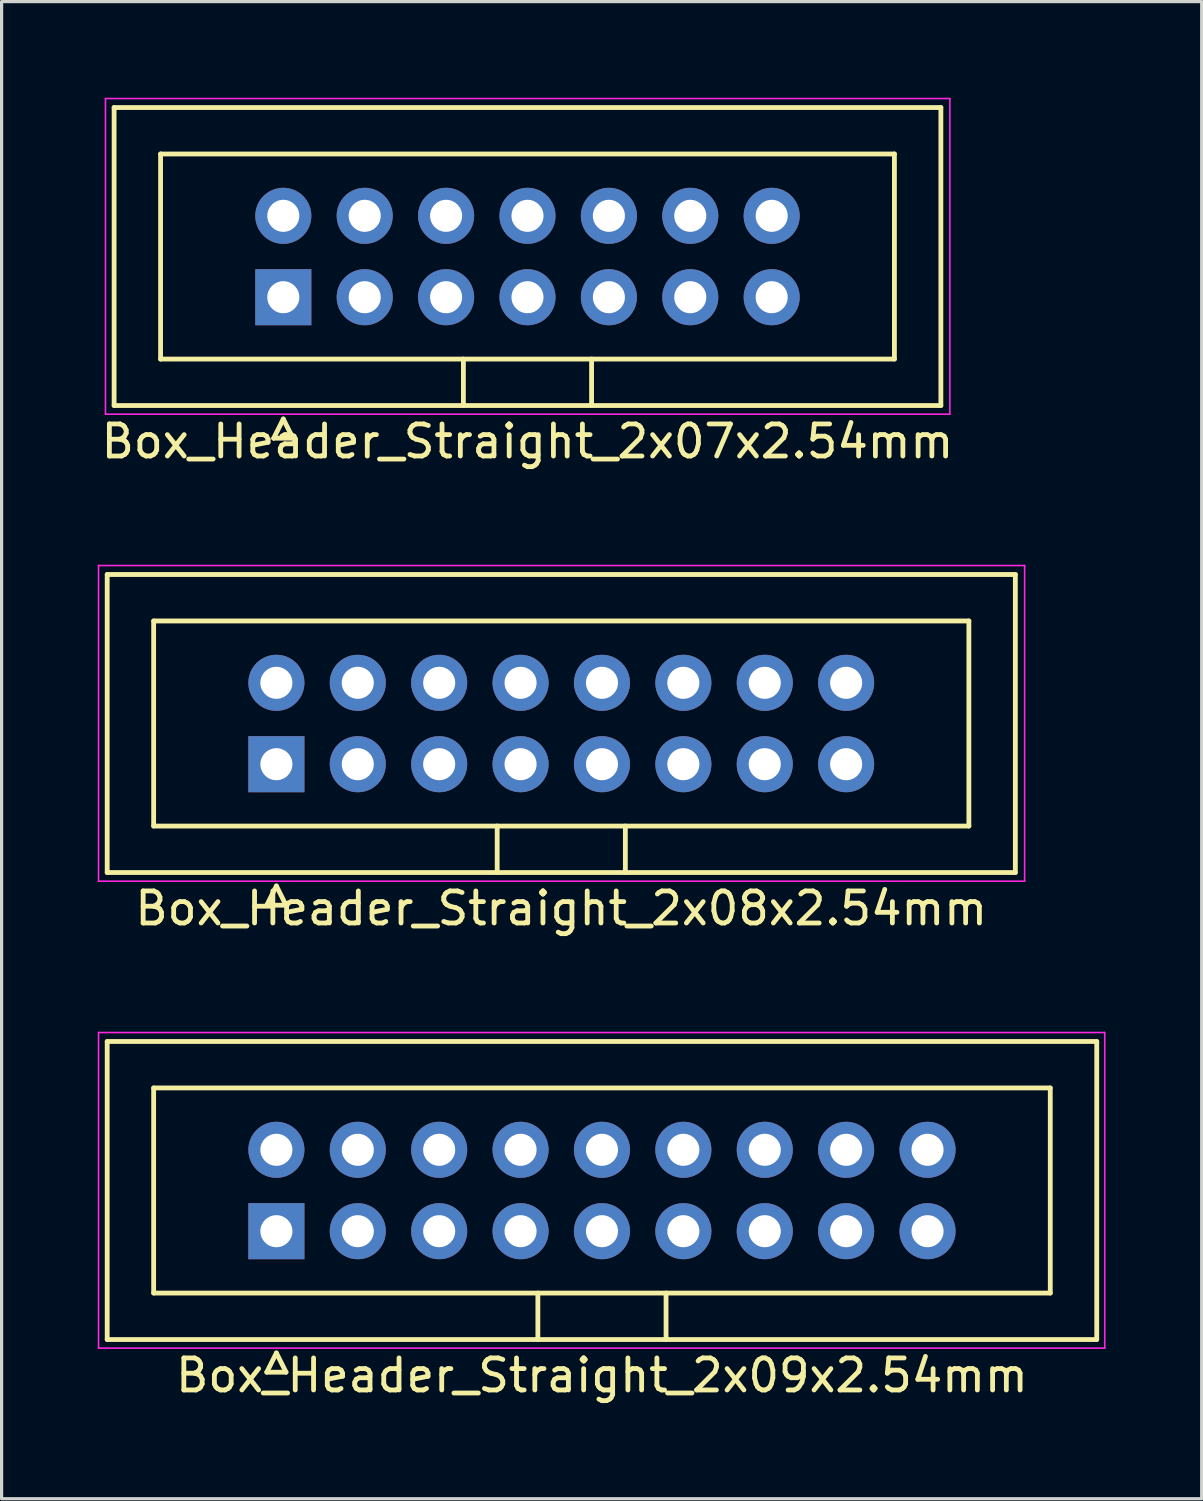
<source format=kicad_pcb>
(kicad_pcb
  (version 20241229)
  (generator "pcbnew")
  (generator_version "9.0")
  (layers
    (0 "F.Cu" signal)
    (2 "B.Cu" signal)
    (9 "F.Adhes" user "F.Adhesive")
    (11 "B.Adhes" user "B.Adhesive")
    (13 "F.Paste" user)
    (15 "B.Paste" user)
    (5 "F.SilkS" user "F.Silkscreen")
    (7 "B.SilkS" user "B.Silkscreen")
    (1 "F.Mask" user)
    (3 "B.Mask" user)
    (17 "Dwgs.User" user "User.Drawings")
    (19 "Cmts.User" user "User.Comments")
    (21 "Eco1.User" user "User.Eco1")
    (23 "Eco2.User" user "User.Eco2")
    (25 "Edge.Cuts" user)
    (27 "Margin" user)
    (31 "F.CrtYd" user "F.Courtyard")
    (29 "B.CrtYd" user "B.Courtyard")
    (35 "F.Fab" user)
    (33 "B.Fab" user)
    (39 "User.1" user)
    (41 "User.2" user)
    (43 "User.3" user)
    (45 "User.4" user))
  (footprint "Box_Header_Straight_2x09x2.54mm"
    (layer "F.Cu")
    (at 5.575 35.371)
    (property "Reference" "Box_Header_Straight_2x09x2.54mm" (at 10.16 4.5 0) (layer "F.SilkS") (effects (font (size 1 1) (thickness 0.15))))
    (attr through_hole)
    (fp_line (start -5.28 -5.92) (end -5.28 3.38) (stroke (width 0.15) (type solid)) (layer "F.SilkS"))
    (fp_line (start -5.28 3.38) (end 25.6 3.38) (stroke (width 0.15) (type solid)) (layer "F.SilkS"))
    (fp_line (start -3.83 -4.47) (end -3.83 1.93) (stroke (width 0.15) (type solid)) (layer "F.SilkS"))
    (fp_line (start -3.83 1.93) (end 24.15 1.93) (stroke (width 0.15) (type solid)) (layer "F.SilkS"))
    (fp_line (start -0.3 4.4) (end 0.3 4.4) (stroke (width 0.15) (type solid)) (layer "F.SilkS"))
    (fp_line (start 0 3.8) (end -0.3 4.4) (stroke (width 0.15) (type solid)) (layer "F.SilkS"))
    (fp_line (start 0.3 4.4) (end 0 3.8) (stroke (width 0.15) (type solid)) (layer "F.SilkS"))
    (fp_line (start 8.16 3.38) (end 8.16 1.93) (stroke (width 0.15) (type solid)) (layer "F.SilkS"))
    (fp_line (start 12.16 3.38) (end 12.16 1.93) (stroke (width 0.15) (type solid)) (layer "F.SilkS"))
    (fp_line (start 24.15 -4.47) (end -3.83 -4.47) (stroke (width 0.15) (type solid)) (layer "F.SilkS"))
    (fp_line (start 24.15 1.93) (end 24.15 -4.47) (stroke (width 0.15) (type solid)) (layer "F.SilkS"))
    (fp_line (start 25.6 -5.92) (end -5.28 -5.92) (stroke (width 0.15) (type solid)) (layer "F.SilkS"))
    (fp_line (start 25.6 3.38) (end 25.6 -5.92) (stroke (width 0.15) (type solid)) (layer "F.SilkS"))
    (fp_line (start -5.55 -6.2) (end -5.55 3.65) (stroke (width 0.05) (type solid)) (layer "F.CrtYd"))
    (fp_line (start -5.55 3.65) (end 25.85 3.65) (stroke (width 0.05) (type solid)) (layer "F.CrtYd"))
    (fp_line (start 25.85 -6.2) (end -5.55 -6.2) (stroke (width 0.05) (type solid)) (layer "F.CrtYd"))
    (fp_line (start 25.85 3.65) (end 25.85 -6.2) (stroke (width 0.05) (type solid)) (layer "F.CrtYd"))
    (pad "1" thru_hole rect (at 0 0) (size 1.75 1.75) (drill 1) (layers "*.Cu" "*.Mask"))
    (pad "2" thru_hole circle (at 0 -2.54) (size 1.75 1.75) (drill 1) (layers "*.Cu" "*.Mask"))
    (pad "3" thru_hole circle (at 2.54 0) (size 1.75 1.75) (drill 1) (layers "*.Cu" "*.Mask"))
    (pad "4" thru_hole circle (at 2.54 -2.54) (size 1.75 1.75) (drill 1) (layers "*.Cu" "*.Mask"))
    (pad "5" thru_hole circle (at 5.08 0) (size 1.75 1.75) (drill 1) (layers "*.Cu" "*.Mask"))
    (pad "6" thru_hole circle (at 5.08 -2.54) (size 1.75 1.75) (drill 1) (layers "*.Cu" "*.Mask"))
    (pad "7" thru_hole circle (at 7.62 0) (size 1.75 1.75) (drill 1) (layers "*.Cu" "*.Mask"))
    (pad "8" thru_hole circle (at 7.62 -2.54) (size 1.75 1.75) (drill 1) (layers "*.Cu" "*.Mask"))
    (pad "9" thru_hole circle (at 10.16 0) (size 1.75 1.75) (drill 1) (layers "*.Cu" "*.Mask"))
    (pad "10" thru_hole circle (at 10.16 -2.54) (size 1.75 1.75) (drill 1) (layers "*.Cu" "*.Mask"))
    (pad "11" thru_hole circle (at 12.7 0) (size 1.75 1.75) (drill 1) (layers "*.Cu" "*.Mask"))
    (pad "12" thru_hole circle (at 12.7 -2.54) (size 1.75 1.75) (drill 1) (layers "*.Cu" "*.Mask"))
    (pad "13" thru_hole circle (at 15.24 0) (size 1.75 1.75) (drill 1) (layers "*.Cu" "*.Mask"))
    (pad "14" thru_hole circle (at 15.24 -2.54) (size 1.75 1.75) (drill 1) (layers "*.Cu" "*.Mask"))
    (pad "15" thru_hole circle (at 17.78 0) (size 1.75 1.75) (drill 1) (layers "*.Cu" "*.Mask"))
    (pad "16" thru_hole circle (at 17.78 -2.54) (size 1.75 1.75) (drill 1) (layers "*.Cu" "*.Mask"))
    (pad "17" thru_hole circle (at 20.32 0) (size 1.75 1.75) (drill 1) (layers "*.Cu" "*.Mask"))
    (pad "18" thru_hole circle (at 20.32 -2.54) (size 1.75 1.75) (drill 1) (layers "*.Cu" "*.Mask")))
  (footprint "Box_Header_Straight_2x07x2.54mm"
    (layer "F.Cu")
    (at 5.791 6.225)
    (property "Reference" "Box_Header_Straight_2x07x2.54mm" (at 7.62 4.5 0) (layer "F.SilkS") (effects (font (size 1 1) (thickness 0.15))))
    (attr through_hole)
    (fp_line (start -5.28 -5.92) (end -5.28 3.38) (stroke (width 0.15) (type solid)) (layer "F.SilkS"))
    (fp_line (start -5.28 3.38) (end 20.52 3.38) (stroke (width 0.15) (type solid)) (layer "F.SilkS"))
    (fp_line (start -3.83 -4.47) (end -3.83 1.93) (stroke (width 0.15) (type solid)) (layer "F.SilkS"))
    (fp_line (start -3.83 1.93) (end 19.07 1.93) (stroke (width 0.15) (type solid)) (layer "F.SilkS"))
    (fp_line (start -0.3 4.4) (end 0.3 4.4) (stroke (width 0.15) (type solid)) (layer "F.SilkS"))
    (fp_line (start 0 3.8) (end -0.3 4.4) (stroke (width 0.15) (type solid)) (layer "F.SilkS"))
    (fp_line (start 0.3 4.4) (end 0 3.8) (stroke (width 0.15) (type solid)) (layer "F.SilkS"))
    (fp_line (start 5.62 3.38) (end 5.62 1.93) (stroke (width 0.15) (type solid)) (layer "F.SilkS"))
    (fp_line (start 9.62 3.38) (end 9.62 1.93) (stroke (width 0.15) (type solid)) (layer "F.SilkS"))
    (fp_line (start 19.07 -4.47) (end -3.83 -4.47) (stroke (width 0.15) (type solid)) (layer "F.SilkS"))
    (fp_line (start 19.07 1.93) (end 19.07 -4.47) (stroke (width 0.15) (type solid)) (layer "F.SilkS"))
    (fp_line (start 20.52 -5.92) (end -5.28 -5.92) (stroke (width 0.15) (type solid)) (layer "F.SilkS"))
    (fp_line (start 20.52 3.38) (end 20.52 -5.92) (stroke (width 0.15) (type solid)) (layer "F.SilkS"))
    (fp_line (start -5.55 -6.2) (end -5.55 3.65) (stroke (width 0.05) (type solid)) (layer "F.CrtYd"))
    (fp_line (start -5.55 3.65) (end 20.8 3.65) (stroke (width 0.05) (type solid)) (layer "F.CrtYd"))
    (fp_line (start 20.8 -6.2) (end -5.55 -6.2) (stroke (width 0.05) (type solid)) (layer "F.CrtYd"))
    (fp_line (start 20.8 3.65) (end 20.8 -6.2) (stroke (width 0.05) (type solid)) (layer "F.CrtYd"))
    (pad "1" thru_hole rect (at 0 0) (size 1.75 1.75) (drill 1) (layers "*.Cu" "*.Mask"))
    (pad "2" thru_hole circle (at 0 -2.54) (size 1.75 1.75) (drill 1) (layers "*.Cu" "*.Mask"))
    (pad "3" thru_hole circle (at 2.54 0) (size 1.75 1.75) (drill 1) (layers "*.Cu" "*.Mask"))
    (pad "4" thru_hole circle (at 2.54 -2.54) (size 1.75 1.75) (drill 1) (layers "*.Cu" "*.Mask"))
    (pad "5" thru_hole circle (at 5.08 0) (size 1.75 1.75) (drill 1) (layers "*.Cu" "*.Mask"))
    (pad "6" thru_hole circle (at 5.08 -2.54) (size 1.75 1.75) (drill 1) (layers "*.Cu" "*.Mask"))
    (pad "7" thru_hole circle (at 7.62 0) (size 1.75 1.75) (drill 1) (layers "*.Cu" "*.Mask"))
    (pad "8" thru_hole circle (at 7.62 -2.54) (size 1.75 1.75) (drill 1) (layers "*.Cu" "*.Mask"))
    (pad "9" thru_hole circle (at 10.16 0) (size 1.75 1.75) (drill 1) (layers "*.Cu" "*.Mask"))
    (pad "10" thru_hole circle (at 10.16 -2.54) (size 1.75 1.75) (drill 1) (layers "*.Cu" "*.Mask"))
    (pad "11" thru_hole circle (at 12.7 0) (size 1.75 1.75) (drill 1) (layers "*.Cu" "*.Mask"))
    (pad "12" thru_hole circle (at 12.7 -2.54) (size 1.75 1.75) (drill 1) (layers "*.Cu" "*.Mask"))
    (pad "13" thru_hole circle (at 15.24 0) (size 1.75 1.75) (drill 1) (layers "*.Cu" "*.Mask"))
    (pad "14" thru_hole circle (at 15.24 -2.54) (size 1.75 1.75) (drill 1) (layers "*.Cu" "*.Mask")))
  (footprint "Box_Header_Straight_2x08x2.54mm"
    (layer "F.Cu")
    (at 5.575 20.798)
    (property "Reference" "Box_Header_Straight_2x08x2.54mm" (at 8.89 4.5 0) (layer "F.SilkS") (effects (font (size 1 1) (thickness 0.15))))
    (attr through_hole)
    (fp_line (start -5.28 -5.92) (end -5.28 3.38) (stroke (width 0.15) (type solid)) (layer "F.SilkS"))
    (fp_line (start -5.28 3.38) (end 23.06 3.38) (stroke (width 0.15) (type solid)) (layer "F.SilkS"))
    (fp_line (start -3.83 -4.47) (end -3.83 1.93) (stroke (width 0.15) (type solid)) (layer "F.SilkS"))
    (fp_line (start -3.83 1.93) (end 21.61 1.93) (stroke (width 0.15) (type solid)) (layer "F.SilkS"))
    (fp_line (start -0.3 4.4) (end 0.3 4.4) (stroke (width 0.15) (type solid)) (layer "F.SilkS"))
    (fp_line (start 0 3.8) (end -0.3 4.4) (stroke (width 0.15) (type solid)) (layer "F.SilkS"))
    (fp_line (start 0.3 4.4) (end 0 3.8) (stroke (width 0.15) (type solid)) (layer "F.SilkS"))
    (fp_line (start 6.89 3.38) (end 6.89 1.93) (stroke (width 0.15) (type solid)) (layer "F.SilkS"))
    (fp_line (start 10.89 3.38) (end 10.89 1.93) (stroke (width 0.15) (type solid)) (layer "F.SilkS"))
    (fp_line (start 21.61 -4.47) (end -3.83 -4.47) (stroke (width 0.15) (type solid)) (layer "F.SilkS"))
    (fp_line (start 21.61 1.93) (end 21.61 -4.47) (stroke (width 0.15) (type solid)) (layer "F.SilkS"))
    (fp_line (start 23.06 -5.92) (end -5.28 -5.92) (stroke (width 0.15) (type solid)) (layer "F.SilkS"))
    (fp_line (start 23.06 3.38) (end 23.06 -5.92) (stroke (width 0.15) (type solid)) (layer "F.SilkS"))
    (fp_line (start -5.55 -6.2) (end -5.55 3.65) (stroke (width 0.05) (type solid)) (layer "F.CrtYd"))
    (fp_line (start -5.55 3.65) (end 23.35 3.65) (stroke (width 0.05) (type solid)) (layer "F.CrtYd"))
    (fp_line (start 23.35 -6.2) (end -5.55 -6.2) (stroke (width 0.05) (type solid)) (layer "F.CrtYd"))
    (fp_line (start 23.35 3.65) (end 23.35 -6.2) (stroke (width 0.05) (type solid)) (layer "F.CrtYd"))
    (pad "1" thru_hole rect (at 0 0) (size 1.75 1.75) (drill 1) (layers "*.Cu" "*.Mask"))
    (pad "2" thru_hole circle (at 0 -2.54) (size 1.75 1.75) (drill 1) (layers "*.Cu" "*.Mask"))
    (pad "3" thru_hole circle (at 2.54 0) (size 1.75 1.75) (drill 1) (layers "*.Cu" "*.Mask"))
    (pad "4" thru_hole circle (at 2.54 -2.54) (size 1.75 1.75) (drill 1) (layers "*.Cu" "*.Mask"))
    (pad "5" thru_hole circle (at 5.08 0) (size 1.75 1.75) (drill 1) (layers "*.Cu" "*.Mask"))
    (pad "6" thru_hole circle (at 5.08 -2.54) (size 1.75 1.75) (drill 1) (layers "*.Cu" "*.Mask"))
    (pad "7" thru_hole circle (at 7.62 0) (size 1.75 1.75) (drill 1) (layers "*.Cu" "*.Mask"))
    (pad "8" thru_hole circle (at 7.62 -2.54) (size 1.75 1.75) (drill 1) (layers "*.Cu" "*.Mask"))
    (pad "9" thru_hole circle (at 10.16 0) (size 1.75 1.75) (drill 1) (layers "*.Cu" "*.Mask"))
    (pad "10" thru_hole circle (at 10.16 -2.54) (size 1.75 1.75) (drill 1) (layers "*.Cu" "*.Mask"))
    (pad "11" thru_hole circle (at 12.7 0) (size 1.75 1.75) (drill 1) (layers "*.Cu" "*.Mask"))
    (pad "12" thru_hole circle (at 12.7 -2.54) (size 1.75 1.75) (drill 1) (layers "*.Cu" "*.Mask"))
    (pad "13" thru_hole circle (at 15.24 0) (size 1.75 1.75) (drill 1) (layers "*.Cu" "*.Mask"))
    (pad "14" thru_hole circle (at 15.24 -2.54) (size 1.75 1.75) (drill 1) (layers "*.Cu" "*.Mask"))
    (pad "15" thru_hole circle (at 17.78 0) (size 1.75 1.75) (drill 1) (layers "*.Cu" "*.Mask"))
    (pad "16" thru_hole circle (at 17.78 -2.54) (size 1.75 1.75) (drill 1) (layers "*.Cu" "*.Mask")))
  (gr_rect
    (start -3 -3)
    (end 34.45 43.72)
    (stroke (width 0.1) (type default))
    (fill no)
    (layer "Edge.Cuts")))
</source>
